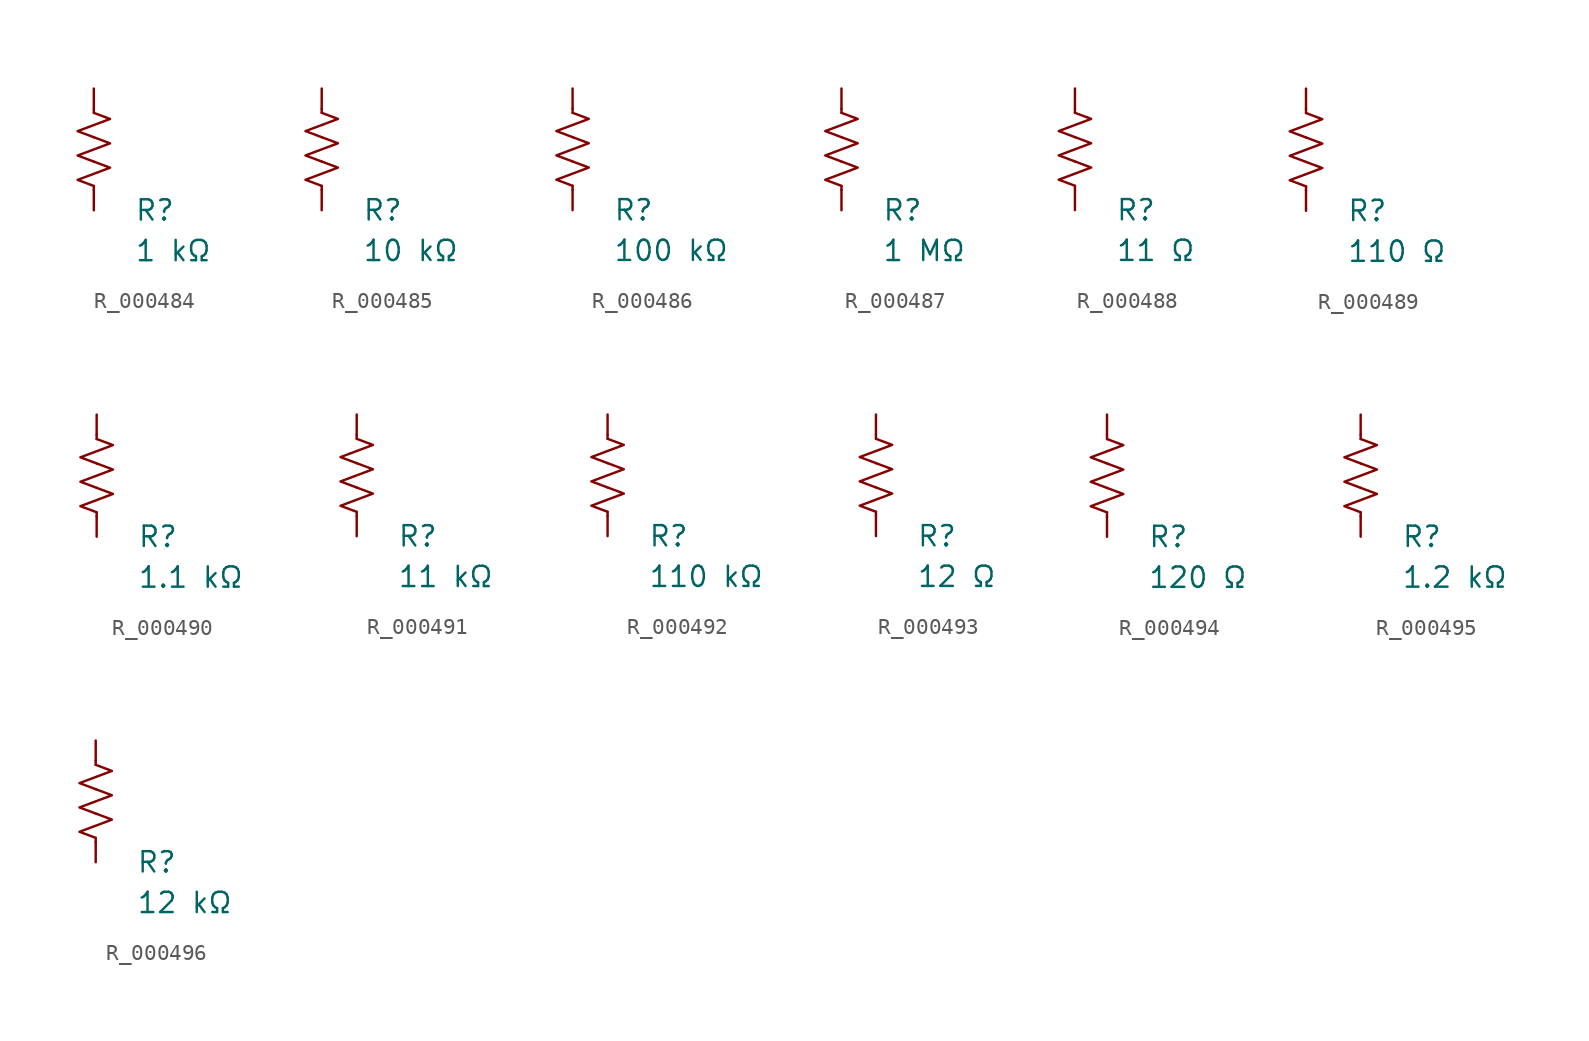
<source format=kicad_sym>
(kicad_symbol_lib
  (version 20231120)
  (generator "kicad_symbol_editor")
  (generator_version "8.0")
  (symbol "R_000484"
    (pin_numbers hide)
    (pin_names
      (offset 0))
    (property "Reference" "R"
      (at 2.54 -3.81 0)
      (effects (font (size 1.27 1.27)) (justify left))
      (show_name no))
    (property "Value" "1 kΩ"
      (at 2.54 -6.35 0)
      (effects (font (size 1.27 1.27)) (justify left))
      (show_name no))
    (symbol "R_000484_0_1"
      (polyline (pts (xy 0 -2.286) (xy 0 -2.54)) (stroke (width 0) (type default)) (fill (type none)))
      (polyline (pts (xy 0 2.286) (xy 0 2.54)) (stroke (width 0) (type default)) (fill (type none)))
      (polyline (pts (xy 0 -0.762) (xy 1.016 -1.143) (xy 0 -1.524) (xy -1.016 -1.905) (xy 0 -2.286)) (stroke (width 0) (type default)) (fill (type none)))
      (polyline (pts (xy 0 0.762) (xy 1.016 0.381) (xy 0 0) (xy -1.016 -0.381) (xy 0 -0.762)) (stroke (width 0) (type default)) (fill (type none)))
      (polyline (pts (xy 0 2.286) (xy 1.016 1.905) (xy 0 1.524) (xy -1.016 1.143) (xy 0 0.762)) (stroke (width 0) (type default)) (fill (type none))))
    (symbol "R_000484_1_1"
      (pin passive line (at 0 3.81 270) (length 1.27) (name "~" (effects (font (size 1.27 1.27)))) (number "1" (effects (font (size 1.27 1.27)))))
      (pin passive line (at 0 -3.81 90) (length 1.27) (name "~" (effects (font (size 1.27 1.27)))) (number "2" (effects (font (size 1.27 1.27)))))))
  (symbol "R_000485"
    (pin_numbers hide)
    (pin_names
      (offset 0))
    (property "Reference" "R"
      (at 2.54 -3.81 0)
      (effects (font (size 1.27 1.27)) (justify left))
      (show_name no))
    (property "Value" "10 kΩ"
      (at 2.54 -6.35 0)
      (effects (font (size 1.27 1.27)) (justify left))
      (show_name no))
    (symbol "R_000485_0_1"
      (polyline (pts (xy 0 -2.286) (xy 0 -2.54)) (stroke (width 0) (type default)) (fill (type none)))
      (polyline (pts (xy 0 2.286) (xy 0 2.54)) (stroke (width 0) (type default)) (fill (type none)))
      (polyline (pts (xy 0 -0.762) (xy 1.016 -1.143) (xy 0 -1.524) (xy -1.016 -1.905) (xy 0 -2.286)) (stroke (width 0) (type default)) (fill (type none)))
      (polyline (pts (xy 0 0.762) (xy 1.016 0.381) (xy 0 0) (xy -1.016 -0.381) (xy 0 -0.762)) (stroke (width 0) (type default)) (fill (type none)))
      (polyline (pts (xy 0 2.286) (xy 1.016 1.905) (xy 0 1.524) (xy -1.016 1.143) (xy 0 0.762)) (stroke (width 0) (type default)) (fill (type none))))
    (symbol "R_000485_1_1"
      (pin passive line (at 0 3.81 270) (length 1.27) (name "~" (effects (font (size 1.27 1.27)))) (number "1" (effects (font (size 1.27 1.27)))))
      (pin passive line (at 0 -3.81 90) (length 1.27) (name "~" (effects (font (size 1.27 1.27)))) (number "2" (effects (font (size 1.27 1.27)))))))
  (symbol "R_000486"
    (pin_numbers hide)
    (pin_names
      (offset 0))
    (property "Reference" "R"
      (at 2.54 -3.81 0)
      (effects (font (size 1.27 1.27)) (justify left))
      (show_name no))
    (property "Value" "100 kΩ"
      (at 2.54 -6.35 0)
      (effects (font (size 1.27 1.27)) (justify left))
      (show_name no))
    (symbol "R_000486_0_1"
      (polyline (pts (xy 0 -2.286) (xy 0 -2.54)) (stroke (width 0) (type default)) (fill (type none)))
      (polyline (pts (xy 0 2.286) (xy 0 2.54)) (stroke (width 0) (type default)) (fill (type none)))
      (polyline (pts (xy 0 -0.762) (xy 1.016 -1.143) (xy 0 -1.524) (xy -1.016 -1.905) (xy 0 -2.286)) (stroke (width 0) (type default)) (fill (type none)))
      (polyline (pts (xy 0 0.762) (xy 1.016 0.381) (xy 0 0) (xy -1.016 -0.381) (xy 0 -0.762)) (stroke (width 0) (type default)) (fill (type none)))
      (polyline (pts (xy 0 2.286) (xy 1.016 1.905) (xy 0 1.524) (xy -1.016 1.143) (xy 0 0.762)) (stroke (width 0) (type default)) (fill (type none))))
    (symbol "R_000486_1_1"
      (pin passive line (at 0 3.81 270) (length 1.27) (name "~" (effects (font (size 1.27 1.27)))) (number "1" (effects (font (size 1.27 1.27)))))
      (pin passive line (at 0 -3.81 90) (length 1.27) (name "~" (effects (font (size 1.27 1.27)))) (number "2" (effects (font (size 1.27 1.27)))))))
  (symbol "R_000487"
    (pin_numbers hide)
    (pin_names
      (offset 0))
    (property "Reference" "R"
      (at 2.54 -3.81 0)
      (effects (font (size 1.27 1.27)) (justify left))
      (show_name no))
    (property "Value" "1 MΩ"
      (at 2.54 -6.35 0)
      (effects (font (size 1.27 1.27)) (justify left))
      (show_name no))
    (symbol "R_000487_0_1"
      (polyline (pts (xy 0 -2.286) (xy 0 -2.54)) (stroke (width 0) (type default)) (fill (type none)))
      (polyline (pts (xy 0 2.286) (xy 0 2.54)) (stroke (width 0) (type default)) (fill (type none)))
      (polyline (pts (xy 0 -0.762) (xy 1.016 -1.143) (xy 0 -1.524) (xy -1.016 -1.905) (xy 0 -2.286)) (stroke (width 0) (type default)) (fill (type none)))
      (polyline (pts (xy 0 0.762) (xy 1.016 0.381) (xy 0 0) (xy -1.016 -0.381) (xy 0 -0.762)) (stroke (width 0) (type default)) (fill (type none)))
      (polyline (pts (xy 0 2.286) (xy 1.016 1.905) (xy 0 1.524) (xy -1.016 1.143) (xy 0 0.762)) (stroke (width 0) (type default)) (fill (type none))))
    (symbol "R_000487_1_1"
      (pin passive line (at 0 3.81 270) (length 1.27) (name "~" (effects (font (size 1.27 1.27)))) (number "1" (effects (font (size 1.27 1.27)))))
      (pin passive line (at 0 -3.81 90) (length 1.27) (name "~" (effects (font (size 1.27 1.27)))) (number "2" (effects (font (size 1.27 1.27)))))))
  (symbol "R_000488"
    (pin_numbers hide)
    (pin_names
      (offset 0))
    (property "Reference" "R"
      (at 2.54 -3.81 0)
      (effects (font (size 1.27 1.27)) (justify left))
      (show_name no))
    (property "Value" "11 Ω"
      (at 2.54 -6.35 0)
      (effects (font (size 1.27 1.27)) (justify left))
      (show_name no))
    (symbol "R_000488_0_1"
      (polyline (pts (xy 0 -2.286) (xy 0 -2.54)) (stroke (width 0) (type default)) (fill (type none)))
      (polyline (pts (xy 0 2.286) (xy 0 2.54)) (stroke (width 0) (type default)) (fill (type none)))
      (polyline (pts (xy 0 -0.762) (xy 1.016 -1.143) (xy 0 -1.524) (xy -1.016 -1.905) (xy 0 -2.286)) (stroke (width 0) (type default)) (fill (type none)))
      (polyline (pts (xy 0 0.762) (xy 1.016 0.381) (xy 0 0) (xy -1.016 -0.381) (xy 0 -0.762)) (stroke (width 0) (type default)) (fill (type none)))
      (polyline (pts (xy 0 2.286) (xy 1.016 1.905) (xy 0 1.524) (xy -1.016 1.143) (xy 0 0.762)) (stroke (width 0) (type default)) (fill (type none))))
    (symbol "R_000488_1_1"
      (pin passive line (at 0 3.81 270) (length 1.27) (name "~" (effects (font (size 1.27 1.27)))) (number "1" (effects (font (size 1.27 1.27)))))
      (pin passive line (at 0 -3.81 90) (length 1.27) (name "~" (effects (font (size 1.27 1.27)))) (number "2" (effects (font (size 1.27 1.27)))))))
  (symbol "R_000489"
    (pin_numbers hide)
    (pin_names
      (offset 0))
    (property "Reference" "R"
      (at 2.54 -3.81 0)
      (effects (font (size 1.27 1.27)) (justify left))
      (show_name no))
    (property "Value" "110 Ω"
      (at 2.54 -6.35 0)
      (effects (font (size 1.27 1.27)) (justify left))
      (show_name no))
    (symbol "R_000489_0_1"
      (polyline (pts (xy 0 -2.286) (xy 0 -2.54)) (stroke (width 0) (type default)) (fill (type none)))
      (polyline (pts (xy 0 2.286) (xy 0 2.54)) (stroke (width 0) (type default)) (fill (type none)))
      (polyline (pts (xy 0 -0.762) (xy 1.016 -1.143) (xy 0 -1.524) (xy -1.016 -1.905) (xy 0 -2.286)) (stroke (width 0) (type default)) (fill (type none)))
      (polyline (pts (xy 0 0.762) (xy 1.016 0.381) (xy 0 0) (xy -1.016 -0.381) (xy 0 -0.762)) (stroke (width 0) (type default)) (fill (type none)))
      (polyline (pts (xy 0 2.286) (xy 1.016 1.905) (xy 0 1.524) (xy -1.016 1.143) (xy 0 0.762)) (stroke (width 0) (type default)) (fill (type none))))
    (symbol "R_000489_1_1"
      (pin passive line (at 0 3.81 270) (length 1.27) (name "~" (effects (font (size 1.27 1.27)))) (number "1" (effects (font (size 1.27 1.27)))))
      (pin passive line (at 0 -3.81 90) (length 1.27) (name "~" (effects (font (size 1.27 1.27)))) (number "2" (effects (font (size 1.27 1.27)))))))
  (symbol "R_000490"
    (pin_numbers hide)
    (pin_names
      (offset 0))
    (property "Reference" "R"
      (at 2.54 -3.81 0)
      (effects (font (size 1.27 1.27)) (justify left))
      (show_name no))
    (property "Value" "1.1 kΩ"
      (at 2.54 -6.35 0)
      (effects (font (size 1.27 1.27)) (justify left))
      (show_name no))
    (symbol "R_000490_0_1"
      (polyline (pts (xy 0 -2.286) (xy 0 -2.54)) (stroke (width 0) (type default)) (fill (type none)))
      (polyline (pts (xy 0 2.286) (xy 0 2.54)) (stroke (width 0) (type default)) (fill (type none)))
      (polyline (pts (xy 0 -0.762) (xy 1.016 -1.143) (xy 0 -1.524) (xy -1.016 -1.905) (xy 0 -2.286)) (stroke (width 0) (type default)) (fill (type none)))
      (polyline (pts (xy 0 0.762) (xy 1.016 0.381) (xy 0 0) (xy -1.016 -0.381) (xy 0 -0.762)) (stroke (width 0) (type default)) (fill (type none)))
      (polyline (pts (xy 0 2.286) (xy 1.016 1.905) (xy 0 1.524) (xy -1.016 1.143) (xy 0 0.762)) (stroke (width 0) (type default)) (fill (type none))))
    (symbol "R_000490_1_1"
      (pin passive line (at 0 3.81 270) (length 1.27) (name "~" (effects (font (size 1.27 1.27)))) (number "1" (effects (font (size 1.27 1.27)))))
      (pin passive line (at 0 -3.81 90) (length 1.27) (name "~" (effects (font (size 1.27 1.27)))) (number "2" (effects (font (size 1.27 1.27)))))))
  (symbol "R_000491"
    (pin_numbers hide)
    (pin_names
      (offset 0))
    (property "Reference" "R"
      (at 2.54 -3.81 0)
      (effects (font (size 1.27 1.27)) (justify left))
      (show_name no))
    (property "Value" "11 kΩ"
      (at 2.54 -6.35 0)
      (effects (font (size 1.27 1.27)) (justify left))
      (show_name no))
    (symbol "R_000491_0_1"
      (polyline (pts (xy 0 -2.286) (xy 0 -2.54)) (stroke (width 0) (type default)) (fill (type none)))
      (polyline (pts (xy 0 2.286) (xy 0 2.54)) (stroke (width 0) (type default)) (fill (type none)))
      (polyline (pts (xy 0 -0.762) (xy 1.016 -1.143) (xy 0 -1.524) (xy -1.016 -1.905) (xy 0 -2.286)) (stroke (width 0) (type default)) (fill (type none)))
      (polyline (pts (xy 0 0.762) (xy 1.016 0.381) (xy 0 0) (xy -1.016 -0.381) (xy 0 -0.762)) (stroke (width 0) (type default)) (fill (type none)))
      (polyline (pts (xy 0 2.286) (xy 1.016 1.905) (xy 0 1.524) (xy -1.016 1.143) (xy 0 0.762)) (stroke (width 0) (type default)) (fill (type none))))
    (symbol "R_000491_1_1"
      (pin passive line (at 0 3.81 270) (length 1.27) (name "~" (effects (font (size 1.27 1.27)))) (number "1" (effects (font (size 1.27 1.27)))))
      (pin passive line (at 0 -3.81 90) (length 1.27) (name "~" (effects (font (size 1.27 1.27)))) (number "2" (effects (font (size 1.27 1.27)))))))
  (symbol "R_000492"
    (pin_numbers hide)
    (pin_names
      (offset 0))
    (property "Reference" "R"
      (at 2.54 -3.81 0)
      (effects (font (size 1.27 1.27)) (justify left))
      (show_name no))
    (property "Value" "110 kΩ"
      (at 2.54 -6.35 0)
      (effects (font (size 1.27 1.27)) (justify left))
      (show_name no))
    (symbol "R_000492_0_1"
      (polyline (pts (xy 0 -2.286) (xy 0 -2.54)) (stroke (width 0) (type default)) (fill (type none)))
      (polyline (pts (xy 0 2.286) (xy 0 2.54)) (stroke (width 0) (type default)) (fill (type none)))
      (polyline (pts (xy 0 -0.762) (xy 1.016 -1.143) (xy 0 -1.524) (xy -1.016 -1.905) (xy 0 -2.286)) (stroke (width 0) (type default)) (fill (type none)))
      (polyline (pts (xy 0 0.762) (xy 1.016 0.381) (xy 0 0) (xy -1.016 -0.381) (xy 0 -0.762)) (stroke (width 0) (type default)) (fill (type none)))
      (polyline (pts (xy 0 2.286) (xy 1.016 1.905) (xy 0 1.524) (xy -1.016 1.143) (xy 0 0.762)) (stroke (width 0) (type default)) (fill (type none))))
    (symbol "R_000492_1_1"
      (pin passive line (at 0 3.81 270) (length 1.27) (name "~" (effects (font (size 1.27 1.27)))) (number "1" (effects (font (size 1.27 1.27)))))
      (pin passive line (at 0 -3.81 90) (length 1.27) (name "~" (effects (font (size 1.27 1.27)))) (number "2" (effects (font (size 1.27 1.27)))))))
  (symbol "R_000493"
    (pin_numbers hide)
    (pin_names
      (offset 0))
    (property "Reference" "R"
      (at 2.54 -3.81 0)
      (effects (font (size 1.27 1.27)) (justify left))
      (show_name no))
    (property "Value" "12 Ω"
      (at 2.54 -6.35 0)
      (effects (font (size 1.27 1.27)) (justify left))
      (show_name no))
    (symbol "R_000493_0_1"
      (polyline (pts (xy 0 -2.286) (xy 0 -2.54)) (stroke (width 0) (type default)) (fill (type none)))
      (polyline (pts (xy 0 2.286) (xy 0 2.54)) (stroke (width 0) (type default)) (fill (type none)))
      (polyline (pts (xy 0 -0.762) (xy 1.016 -1.143) (xy 0 -1.524) (xy -1.016 -1.905) (xy 0 -2.286)) (stroke (width 0) (type default)) (fill (type none)))
      (polyline (pts (xy 0 0.762) (xy 1.016 0.381) (xy 0 0) (xy -1.016 -0.381) (xy 0 -0.762)) (stroke (width 0) (type default)) (fill (type none)))
      (polyline (pts (xy 0 2.286) (xy 1.016 1.905) (xy 0 1.524) (xy -1.016 1.143) (xy 0 0.762)) (stroke (width 0) (type default)) (fill (type none))))
    (symbol "R_000493_1_1"
      (pin passive line (at 0 3.81 270) (length 1.27) (name "~" (effects (font (size 1.27 1.27)))) (number "1" (effects (font (size 1.27 1.27)))))
      (pin passive line (at 0 -3.81 90) (length 1.27) (name "~" (effects (font (size 1.27 1.27)))) (number "2" (effects (font (size 1.27 1.27)))))))
  (symbol "R_000494"
    (pin_numbers hide)
    (pin_names
      (offset 0))
    (property "Reference" "R"
      (at 2.54 -3.81 0)
      (effects (font (size 1.27 1.27)) (justify left))
      (show_name no))
    (property "Value" "120 Ω"
      (at 2.54 -6.35 0)
      (effects (font (size 1.27 1.27)) (justify left))
      (show_name no))
    (symbol "R_000494_0_1"
      (polyline (pts (xy 0 -2.286) (xy 0 -2.54)) (stroke (width 0) (type default)) (fill (type none)))
      (polyline (pts (xy 0 2.286) (xy 0 2.54)) (stroke (width 0) (type default)) (fill (type none)))
      (polyline (pts (xy 0 -0.762) (xy 1.016 -1.143) (xy 0 -1.524) (xy -1.016 -1.905) (xy 0 -2.286)) (stroke (width 0) (type default)) (fill (type none)))
      (polyline (pts (xy 0 0.762) (xy 1.016 0.381) (xy 0 0) (xy -1.016 -0.381) (xy 0 -0.762)) (stroke (width 0) (type default)) (fill (type none)))
      (polyline (pts (xy 0 2.286) (xy 1.016 1.905) (xy 0 1.524) (xy -1.016 1.143) (xy 0 0.762)) (stroke (width 0) (type default)) (fill (type none))))
    (symbol "R_000494_1_1"
      (pin passive line (at 0 3.81 270) (length 1.27) (name "~" (effects (font (size 1.27 1.27)))) (number "1" (effects (font (size 1.27 1.27)))))
      (pin passive line (at 0 -3.81 90) (length 1.27) (name "~" (effects (font (size 1.27 1.27)))) (number "2" (effects (font (size 1.27 1.27)))))))
  (symbol "R_000495"
    (pin_numbers hide)
    (pin_names
      (offset 0))
    (property "Reference" "R"
      (at 2.54 -3.81 0)
      (effects (font (size 1.27 1.27)) (justify left))
      (show_name no))
    (property "Value" "1.2 kΩ"
      (at 2.54 -6.35 0)
      (effects (font (size 1.27 1.27)) (justify left))
      (show_name no))
    (symbol "R_000495_0_1"
      (polyline (pts (xy 0 -2.286) (xy 0 -2.54)) (stroke (width 0) (type default)) (fill (type none)))
      (polyline (pts (xy 0 2.286) (xy 0 2.54)) (stroke (width 0) (type default)) (fill (type none)))
      (polyline (pts (xy 0 -0.762) (xy 1.016 -1.143) (xy 0 -1.524) (xy -1.016 -1.905) (xy 0 -2.286)) (stroke (width 0) (type default)) (fill (type none)))
      (polyline (pts (xy 0 0.762) (xy 1.016 0.381) (xy 0 0) (xy -1.016 -0.381) (xy 0 -0.762)) (stroke (width 0) (type default)) (fill (type none)))
      (polyline (pts (xy 0 2.286) (xy 1.016 1.905) (xy 0 1.524) (xy -1.016 1.143) (xy 0 0.762)) (stroke (width 0) (type default)) (fill (type none))))
    (symbol "R_000495_1_1"
      (pin passive line (at 0 3.81 270) (length 1.27) (name "~" (effects (font (size 1.27 1.27)))) (number "1" (effects (font (size 1.27 1.27)))))
      (pin passive line (at 0 -3.81 90) (length 1.27) (name "~" (effects (font (size 1.27 1.27)))) (number "2" (effects (font (size 1.27 1.27)))))))
  (symbol "R_000496"
    (pin_numbers hide)
    (pin_names
      (offset 0))
    (property "Reference" "R"
      (at 2.54 -3.81 0)
      (effects (font (size 1.27 1.27)) (justify left))
      (show_name no))
    (property "Value" "12 kΩ"
      (at 2.54 -6.35 0)
      (effects (font (size 1.27 1.27)) (justify left))
      (show_name no))
    (symbol "R_000496_0_1"
      (polyline (pts (xy 0 -2.286) (xy 0 -2.54)) (stroke (width 0) (type default)) (fill (type none)))
      (polyline (pts (xy 0 2.286) (xy 0 2.54)) (stroke (width 0) (type default)) (fill (type none)))
      (polyline (pts (xy 0 -0.762) (xy 1.016 -1.143) (xy 0 -1.524) (xy -1.016 -1.905) (xy 0 -2.286)) (stroke (width 0) (type default)) (fill (type none)))
      (polyline (pts (xy 0 0.762) (xy 1.016 0.381) (xy 0 0) (xy -1.016 -0.381) (xy 0 -0.762)) (stroke (width 0) (type default)) (fill (type none)))
      (polyline (pts (xy 0 2.286) (xy 1.016 1.905) (xy 0 1.524) (xy -1.016 1.143) (xy 0 0.762)) (stroke (width 0) (type default)) (fill (type none))))
    (symbol "R_000496_1_1"
      (pin passive line (at 0 3.81 270) (length 1.27) (name "~" (effects (font (size 1.27 1.27)))) (number "1" (effects (font (size 1.27 1.27)))))
      (pin passive line (at 0 -3.81 90) (length 1.27) (name "~" (effects (font (size 1.27 1.27)))) (number "2" (effects (font (size 1.27 1.27))))))))
</source>
